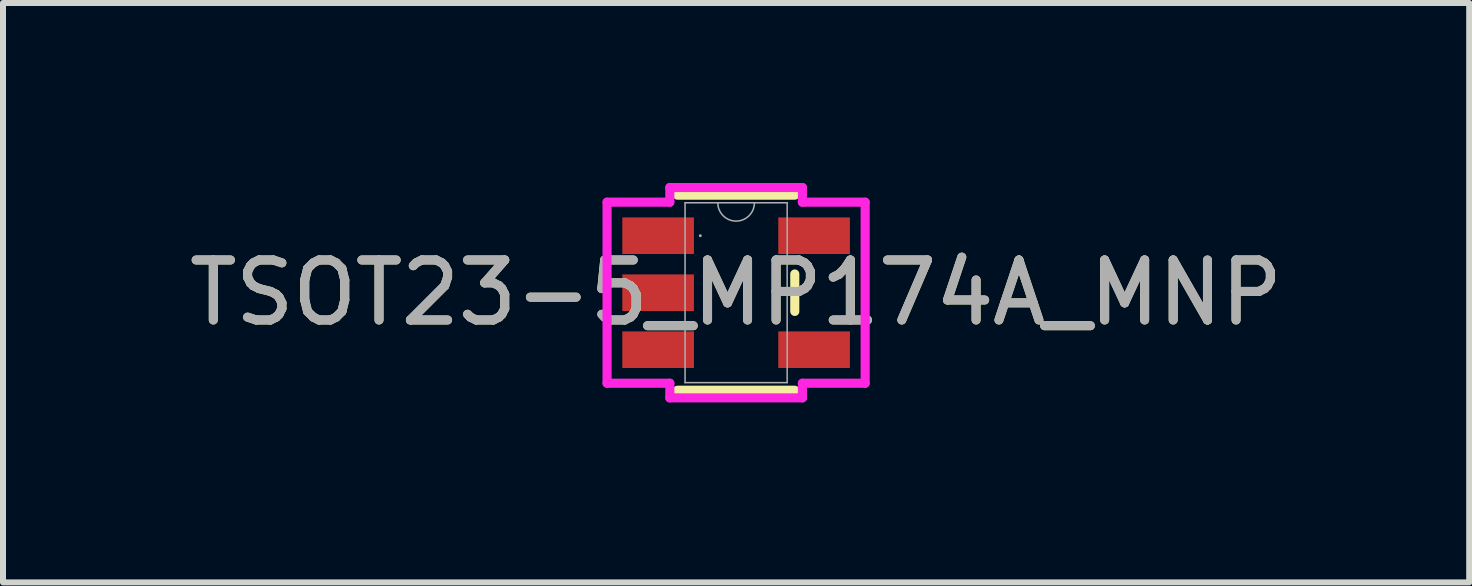
<source format=kicad_pcb>
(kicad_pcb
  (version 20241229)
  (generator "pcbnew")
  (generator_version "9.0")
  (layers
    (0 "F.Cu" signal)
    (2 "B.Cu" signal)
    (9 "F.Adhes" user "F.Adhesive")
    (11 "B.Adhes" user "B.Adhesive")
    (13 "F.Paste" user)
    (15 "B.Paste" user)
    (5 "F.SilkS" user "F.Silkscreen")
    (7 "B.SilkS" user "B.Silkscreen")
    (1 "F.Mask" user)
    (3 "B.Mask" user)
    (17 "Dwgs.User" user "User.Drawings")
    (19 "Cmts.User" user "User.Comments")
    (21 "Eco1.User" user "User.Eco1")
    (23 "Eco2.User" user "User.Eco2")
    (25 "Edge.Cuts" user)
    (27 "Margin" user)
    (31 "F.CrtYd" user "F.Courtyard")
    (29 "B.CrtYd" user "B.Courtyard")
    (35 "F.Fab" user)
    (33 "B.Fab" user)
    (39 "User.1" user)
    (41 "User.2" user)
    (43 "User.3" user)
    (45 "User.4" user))
  (footprint "TSOT23-5_MP174A_MNP"
    (layer "F.Cu")
    (at 9.22 1.829)
    (property "Reference" "TSOT23-5_MP174A_MNP" (at 0 0 0) (unlocked yes) (layer "F.SilkS") (effects (font (size 1 1) (thickness 0.15))))
    (attr smd)
    (fp_line (start -0.978 1.626) (end 0.978 1.626) (stroke (width 0.152) (type solid)) (layer "F.SilkS"))
    (fp_line (start 0.978 -1.626) (end -0.978 -1.626) (stroke (width 0.152) (type solid)) (layer "F.SilkS"))
    (fp_line (start 0.978 0.312) (end 0.978 -0.312) (stroke (width 0.152) (type solid)) (layer "F.SilkS"))
    (fp_line (start -2.151 -1.509) (end -1.105 -1.509) (stroke (width 0.152) (type solid)) (layer "F.CrtYd"))
    (fp_line (start -2.151 1.509) (end -2.151 -1.509) (stroke (width 0.152) (type solid)) (layer "F.CrtYd"))
    (fp_line (start -2.151 1.509) (end -1.105 1.509) (stroke (width 0.152) (type solid)) (layer "F.CrtYd"))
    (fp_line (start -1.105 -1.753) (end 1.105 -1.753) (stroke (width 0.152) (type solid)) (layer "F.CrtYd"))
    (fp_line (start -1.105 -1.509) (end -1.105 -1.753) (stroke (width 0.152) (type solid)) (layer "F.CrtYd"))
    (fp_line (start -1.105 1.753) (end -1.105 1.509) (stroke (width 0.152) (type solid)) (layer "F.CrtYd"))
    (fp_line (start 1.105 -1.753) (end 1.105 -1.509) (stroke (width 0.152) (type solid)) (layer "F.CrtYd"))
    (fp_line (start 1.105 1.509) (end 1.105 1.753) (stroke (width 0.152) (type solid)) (layer "F.CrtYd"))
    (fp_line (start 1.105 1.753) (end -1.105 1.753) (stroke (width 0.152) (type solid)) (layer "F.CrtYd"))
    (fp_line (start 2.151 -1.509) (end 1.105 -1.509) (stroke (width 0.152) (type solid)) (layer "F.CrtYd"))
    (fp_line (start 2.151 -1.509) (end 2.151 1.509) (stroke (width 0.152) (type solid)) (layer "F.CrtYd"))
    (fp_line (start 2.151 1.509) (end 1.105 1.509) (stroke (width 0.152) (type solid)) (layer "F.CrtYd"))
    (fp_line (start -0.851 -1.499) (end -0.851 1.499) (stroke (width 0.025) (type solid)) (layer "F.Fab"))
    (fp_line (start -0.851 1.499) (end 0.851 1.499) (stroke (width 0.025) (type solid)) (layer "F.Fab"))
    (fp_line (start 0.851 -1.499) (end -0.851 -1.499) (stroke (width 0.025) (type solid)) (layer "F.Fab"))
    (fp_line (start 0.851 1.499) (end 0.851 -1.499) (stroke (width 0.025) (type solid)) (layer "F.Fab"))
    (fp_arc (start 0.3048 -1.4986) (mid 0 -1.1938) (end -0.3048 -1.4986) (stroke (width 0.0254) (type solid)) (layer "F.Fab"))
    (fp_circle (center -0.597 -0.95) (end -0.597 -0.95) (stroke (width 0.025) (type solid)) (fill no) (layer "F.Fab"))
    (fp_text user "${REFERENCE}" (at 0 0 0) (unlocked yes) (layer "F.Fab") (effects (font (size 1 1) (thickness 0.15))))
    (pad "1" smd rect (at -1.3 -0.95) (size 1.194 0.61) (layers "F.Cu" "F.Mask" "F.Paste"))
    (pad "2" smd rect (at -1.3 0) (size 1.194 0.61) (layers "F.Cu" "F.Mask" "F.Paste"))
    (pad "3" smd rect (at -1.3 0.95) (size 1.194 0.61) (layers "F.Cu" "F.Mask" "F.Paste"))
    (pad "4" smd rect (at 1.3 0.95) (size 1.194 0.61) (layers "F.Cu" "F.Mask" "F.Paste"))
    (pad "5" smd rect (at 1.3 -0.95) (size 1.194 0.61) (layers "F.Cu" "F.Mask" "F.Paste")))
  (gr_rect
    (start -3 -3)
    (end 21.44 6.658)
    (stroke (width 0.1) (type default))
    (fill no)
    (layer "Edge.Cuts")))
</source>
